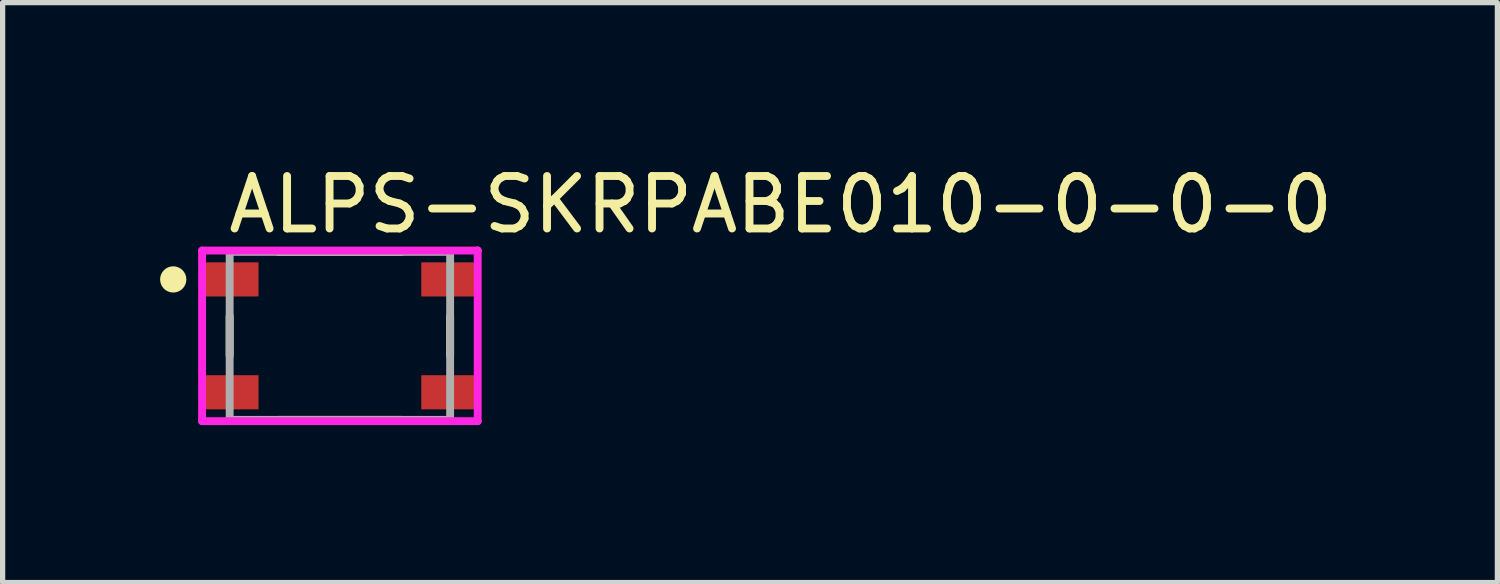
<source format=kicad_pcb>
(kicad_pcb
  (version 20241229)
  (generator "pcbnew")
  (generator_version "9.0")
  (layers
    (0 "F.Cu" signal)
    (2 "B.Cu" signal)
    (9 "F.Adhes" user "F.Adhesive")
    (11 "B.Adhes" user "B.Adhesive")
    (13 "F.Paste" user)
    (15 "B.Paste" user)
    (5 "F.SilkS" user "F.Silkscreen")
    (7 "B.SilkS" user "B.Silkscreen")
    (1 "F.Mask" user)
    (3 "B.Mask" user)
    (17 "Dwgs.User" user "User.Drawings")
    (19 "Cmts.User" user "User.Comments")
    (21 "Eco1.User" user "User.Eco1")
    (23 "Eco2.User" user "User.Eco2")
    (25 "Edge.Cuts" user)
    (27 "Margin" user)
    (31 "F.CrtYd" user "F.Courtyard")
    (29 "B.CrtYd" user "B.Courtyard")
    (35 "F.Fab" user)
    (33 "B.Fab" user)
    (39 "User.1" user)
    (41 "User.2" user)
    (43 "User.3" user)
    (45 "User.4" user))
  (footprint "ALPS-SKRPABE010-0-0-0"
    (layer "F.Cu")
    (at 3.425 3.348)
    (property "Reference" "ALPS-SKRPABE010-0-0-0" (at -2.2 -2.5 0) (layer "F.SilkS") (effects (font (size 1 1) (thickness 0.15)) (justify left)))
    (attr through_hole)
    (fp_line (start -2.1 0.375) (end -2.1 -0.375) (stroke (width 0.15) (type solid)) (layer "F.SilkS"))
    (fp_line (start -1.175 -1.6) (end 1.175 -1.6) (stroke (width 0.15) (type solid)) (layer "F.SilkS"))
    (fp_line (start -1.175 1.6) (end 1.175 1.6) (stroke (width 0.15) (type solid)) (layer "F.SilkS"))
    (fp_line (start 2.1 0.375) (end 2.1 -0.375) (stroke (width 0.15) (type solid)) (layer "F.SilkS"))
    (fp_circle (center -3.175 -1.075) (end -3.05 -1.075) (stroke (width 0.25) (type solid)) (fill no) (layer "F.SilkS"))
    (fp_line (start -2.625 -1.625) (end -2.625 1.625) (stroke (width 0.15) (type solid)) (layer "F.CrtYd"))
    (fp_line (start -2.625 1.625) (end 2.625 1.625) (stroke (width 0.15) (type solid)) (layer "F.CrtYd"))
    (fp_line (start 2.625 -1.625) (end -2.625 -1.625) (stroke (width 0.15) (type solid)) (layer "F.CrtYd"))
    (fp_line (start 2.625 -1.625) (end 2.625 -1.625) (stroke (width 0.15) (type solid)) (layer "F.CrtYd"))
    (fp_line (start 2.625 1.625) (end 2.625 -1.625) (stroke (width 0.15) (type solid)) (layer "F.CrtYd"))
    (fp_line (start -2.1 -1.6) (end 2.1 -1.6) (stroke (width 0.15) (type solid)) (layer "F.Fab"))
    (fp_line (start -2.1 1.6) (end -2.1 -1.6) (stroke (width 0.15) (type solid)) (layer "F.Fab"))
    (fp_line (start 2.1 -1.6) (end 2.1 1.6) (stroke (width 0.15) (type solid)) (layer "F.Fab"))
    (fp_line (start 2.1 1.6) (end -2.1 1.6) (stroke (width 0.15) (type solid)) (layer "F.Fab"))
    (pad "1" smd rect (at -2.075 -1.075) (size 1.05 0.65) (layers "F.Cu" "F.Mask" "F.Paste"))
    (pad "2" smd rect (at 2.075 -1.075) (size 1.05 0.65) (layers "F.Cu" "F.Mask" "F.Paste"))
    (pad "3" smd rect (at -2.075 1.075) (size 1.05 0.65) (layers "F.Cu" "F.Mask" "F.Paste"))
    (pad "4" smd rect (at 2.075 1.075) (size 1.05 0.65) (layers "F.Cu" "F.Mask" "F.Paste")))
  (gr_rect
    (start -3 -3)
    (end 25.475 8.048)
    (stroke (width 0.1) (type default))
    (fill no)
    (layer "Edge.Cuts")))
</source>
